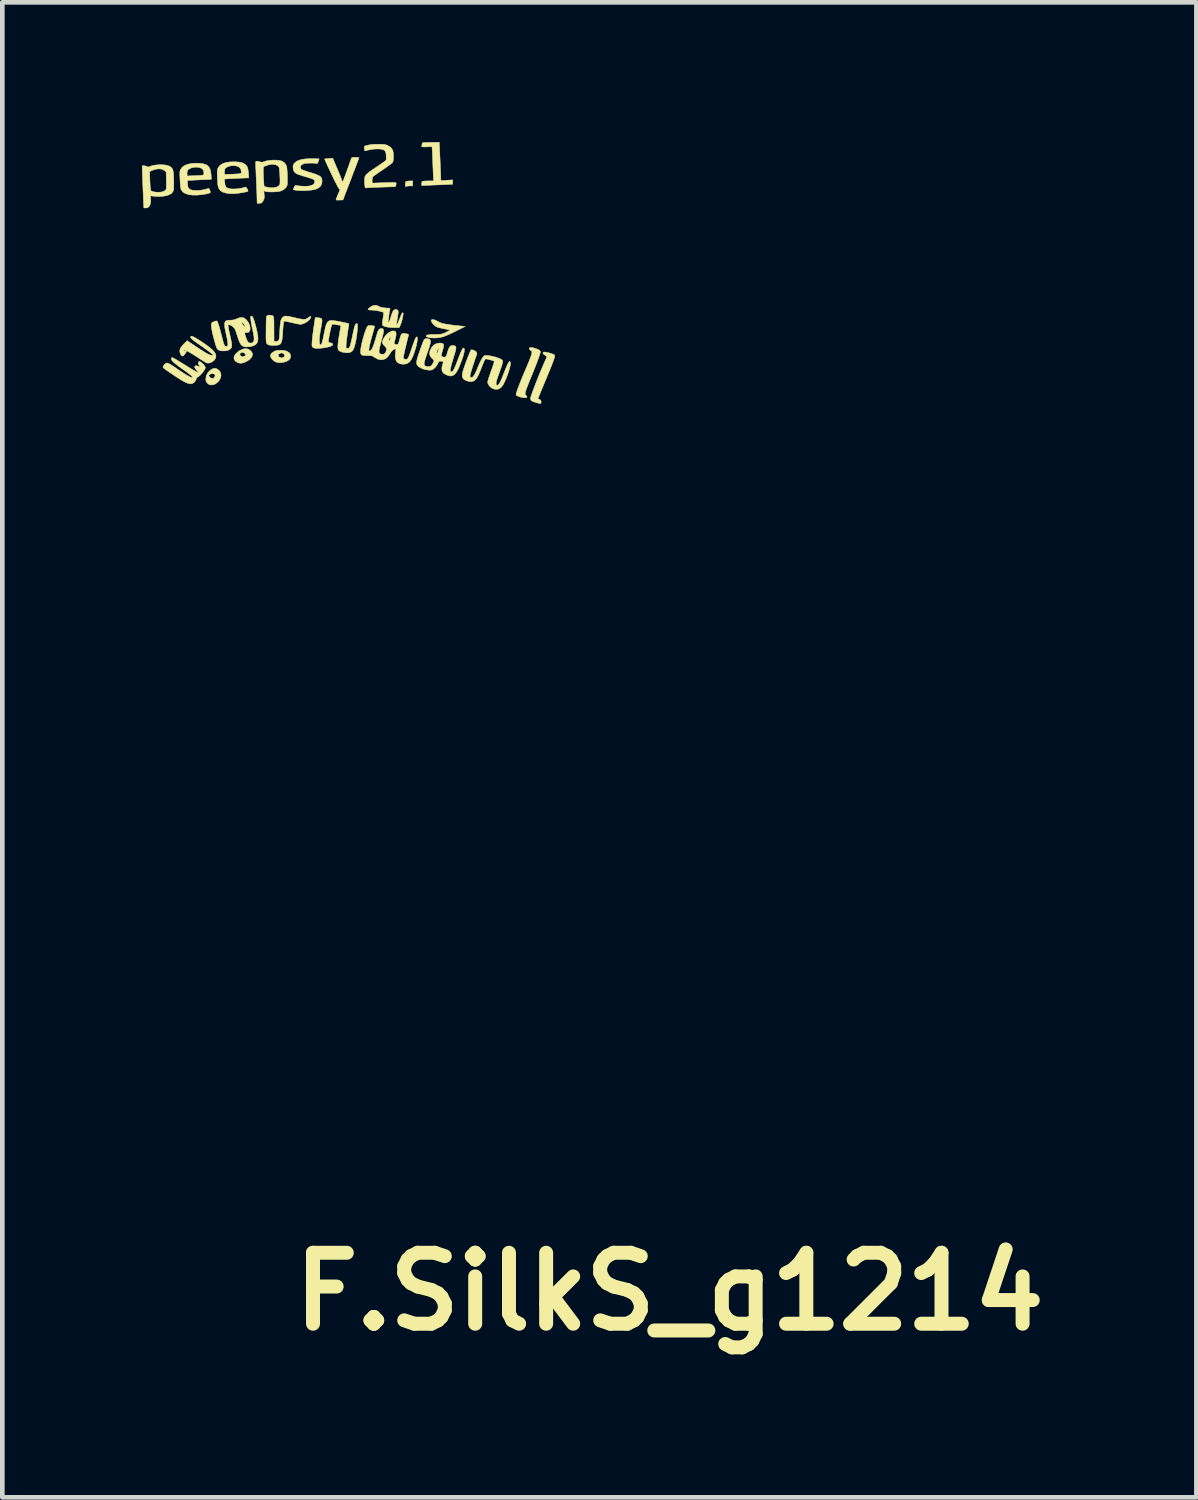
<source format=kicad_pcb>
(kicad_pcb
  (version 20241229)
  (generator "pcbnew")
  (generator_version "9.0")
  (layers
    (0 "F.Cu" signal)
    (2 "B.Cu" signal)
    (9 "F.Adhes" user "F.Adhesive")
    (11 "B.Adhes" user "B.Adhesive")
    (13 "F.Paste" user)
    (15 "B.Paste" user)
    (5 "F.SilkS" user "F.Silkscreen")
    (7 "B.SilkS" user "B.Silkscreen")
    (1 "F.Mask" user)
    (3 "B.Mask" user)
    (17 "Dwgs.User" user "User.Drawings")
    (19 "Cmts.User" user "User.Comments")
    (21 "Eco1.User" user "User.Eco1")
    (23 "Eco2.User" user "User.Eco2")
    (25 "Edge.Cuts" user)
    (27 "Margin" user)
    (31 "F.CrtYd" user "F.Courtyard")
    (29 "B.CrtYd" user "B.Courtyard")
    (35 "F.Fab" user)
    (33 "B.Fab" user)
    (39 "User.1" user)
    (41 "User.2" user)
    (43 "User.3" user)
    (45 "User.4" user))
  (footprint "F.SilkS_g1214"
    (layer "F.Cu")
    (at 11.329 24.691)
    (property "Reference" "F.SilkS_g1214" (at 0 0 0) (layer "F.SilkS") (effects (font (size 1.524 1.524) (thickness 0.3))))
    (attr through_hole)
    (fp_poly (pts (xy -5.514 -23.749) (xy -5.56 -23.749) (xy -5.598 -23.747) (xy -5.633 -23.743) (xy -5.64 -23.742) (xy -5.673 -23.736) (xy -5.673 -23.789) (xy -5.672 -23.82) (xy -5.667 -23.837) (xy -5.655 -23.845) (xy -5.64 -23.848) (xy -5.607 -23.853) (xy -5.568 -23.855) (xy -5.56 -23.855) (xy -5.514 -23.855) (xy -5.514 -23.749)) (stroke (width 0.01) (type solid)) (fill yes) (layer "F.SilkS"))
    (fp_poly (pts (xy -9.042 -20.241) (xy -8.997 -20.209) (xy -8.986 -20.197) (xy -8.96 -20.156) (xy -8.956 -20.114) (xy -8.972 -20.072) (xy -9.01 -20.029) (xy -9.035 -20.008) (xy -9.078 -19.981) (xy -9.127 -19.959) (xy -9.176 -19.944) (xy -9.212 -19.939) (xy -9.236 -19.943) (xy -9.268 -19.952) (xy -9.274 -19.954) (xy -9.318 -19.979) (xy -9.346 -20.014) (xy -9.355 -20.056) (xy -9.351 -20.082) (xy -9.336 -20.114) (xy -9.329 -20.122) (xy -9.226 -20.122) (xy -9.21 -20.099) (xy -9.197 -20.09) (xy -9.169 -20.079) (xy -9.148 -20.08) (xy -9.125 -20.093) (xy -9.108 -20.11) (xy -9.102 -20.124) (xy -9.111 -20.143) (xy -9.134 -20.16) (xy -9.163 -20.17) (xy -9.177 -20.172) (xy -9.207 -20.164) (xy -9.224 -20.146) (xy -9.226 -20.122) (xy -9.329 -20.122) (xy -9.307 -20.15) (xy -9.27 -20.185) (xy -9.23 -20.213) (xy -9.218 -20.219) (xy -9.152 -20.246) (xy -9.093 -20.253) (xy -9.042 -20.241)) (stroke (width 0.01) (type solid)) (fill yes) (layer "F.SilkS"))
    (fp_poly (pts (xy -9.733 -19.825) (xy -9.691 -19.8) (xy -9.677 -19.787) (xy -9.645 -19.745) (xy -9.632 -19.696) (xy -9.636 -19.644) (xy -9.657 -19.591) (xy -9.696 -19.541) (xy -9.711 -19.527) (xy -9.753 -19.496) (xy -9.793 -19.479) (xy -9.839 -19.473) (xy -9.844 -19.473) (xy -9.876 -19.477) (xy -9.902 -19.491) (xy -9.923 -19.509) (xy -9.944 -19.533) (xy -9.955 -19.556) (xy -9.959 -19.585) (xy -9.959 -19.603) (xy -9.949 -19.671) (xy -9.948 -19.673) (xy -9.895 -19.673) (xy -9.887 -19.656) (xy -9.867 -19.635) (xy -9.843 -19.618) (xy -9.822 -19.611) (xy -9.822 -19.611) (xy -9.798 -19.618) (xy -9.779 -19.632) (xy -9.76 -19.661) (xy -9.76 -19.688) (xy -9.778 -19.708) (xy -9.811 -19.717) (xy -9.816 -19.717) (xy -9.845 -19.712) (xy -9.873 -19.699) (xy -9.892 -19.683) (xy -9.895 -19.673) (xy -9.948 -19.673) (xy -9.919 -19.732) (xy -9.871 -19.783) (xy -9.865 -19.788) (xy -9.816 -19.819) (xy -9.773 -19.832) (xy -9.733 -19.825)) (stroke (width 0.01) (type solid)) (fill yes) (layer "F.SilkS"))
    (fp_poly (pts (xy -8.278 -20.214) (xy -8.222 -20.199) (xy -8.176 -20.172) (xy -8.155 -20.151) (xy -8.138 -20.118) (xy -8.136 -20.078) (xy -8.15 -20.038) (xy -8.153 -20.032) (xy -8.185 -20.001) (xy -8.231 -19.977) (xy -8.287 -19.96) (xy -8.347 -19.952) (xy -8.406 -19.954) (xy -8.451 -19.965) (xy -8.49 -19.986) (xy -8.527 -20.018) (xy -8.555 -20.054) (xy -8.568 -20.082) (xy -8.569 -20.111) (xy -8.403 -20.111) (xy -8.394 -20.085) (xy -8.371 -20.066) (xy -8.34 -20.056) (xy -8.308 -20.058) (xy -8.282 -20.072) (xy -8.269 -20.094) (xy -8.266 -20.108) (xy -8.275 -20.13) (xy -8.297 -20.15) (xy -8.326 -20.161) (xy -8.334 -20.161) (xy -8.362 -20.155) (xy -8.387 -20.139) (xy -8.402 -20.119) (xy -8.403 -20.111) (xy -8.569 -20.111) (xy -8.569 -20.118) (xy -8.551 -20.151) (xy -8.513 -20.18) (xy -8.496 -20.19) (xy -8.464 -20.205) (xy -8.435 -20.213) (xy -8.4 -20.218) (xy -8.352 -20.219) (xy -8.35 -20.219) (xy -8.278 -20.214)) (stroke (width 0.01) (type solid)) (fill yes) (layer "F.SilkS"))
    (fp_poly (pts (xy -2.919 -20.269) (xy -2.87 -20.254) (xy -2.818 -20.233) (xy -2.818 -20.233) (xy -2.788 -20.216) (xy -2.774 -20.198) (xy -2.773 -20.188) (xy -2.777 -20.161) (xy -2.79 -20.117) (xy -2.811 -20.054) (xy -2.84 -19.974) (xy -2.877 -19.879) (xy -2.922 -19.767) (xy -2.955 -19.685) (xy -2.996 -19.586) (xy -3.029 -19.504) (xy -3.055 -19.437) (xy -3.075 -19.385) (xy -3.088 -19.344) (xy -3.096 -19.314) (xy -3.1 -19.291) (xy -3.099 -19.275) (xy -3.094 -19.262) (xy -3.086 -19.252) (xy -3.08 -19.246) (xy -3.061 -19.223) (xy -3.061 -19.208) (xy -3.082 -19.2) (xy -3.104 -19.199) (xy -3.137 -19.201) (xy -3.165 -19.204) (xy -3.17 -19.205) (xy -3.222 -19.219) (xy -3.263 -19.235) (xy -3.289 -19.252) (xy -3.297 -19.261) (xy -3.295 -19.278) (xy -3.285 -19.313) (xy -3.269 -19.363) (xy -3.245 -19.426) (xy -3.217 -19.501) (xy -3.183 -19.585) (xy -3.145 -19.677) (xy -3.106 -19.77) (xy -3.062 -19.873) (xy -3.027 -19.958) (xy -2.999 -20.027) (xy -2.978 -20.083) (xy -2.964 -20.125) (xy -2.956 -20.157) (xy -2.954 -20.18) (xy -2.957 -20.195) (xy -2.964 -20.204) (xy -2.974 -20.209) (xy -2.995 -20.222) (xy -3.009 -20.243) (xy -3.013 -20.263) (xy -3.011 -20.267) (xy -2.994 -20.276) (xy -2.962 -20.277) (xy -2.919 -20.269)) (stroke (width 0.01) (type solid)) (fill yes) (layer "F.SilkS"))
    (fp_poly (pts (xy -5.043 -20.87) (xy -4.997 -20.849) (xy -4.992 -20.846) (xy -4.953 -20.826) (xy -4.915 -20.808) (xy -4.889 -20.798) (xy -4.856 -20.79) (xy -4.805 -20.78) (xy -4.738 -20.77) (xy -4.66 -20.759) (xy -4.573 -20.749) (xy -4.514 -20.743) (xy -4.388 -20.73) (xy -4.557 -20.645) (xy -4.649 -20.599) (xy -4.727 -20.563) (xy -4.792 -20.535) (xy -4.847 -20.514) (xy -4.896 -20.499) (xy -4.941 -20.49) (xy -4.985 -20.485) (xy -5.016 -20.483) (xy -5.069 -20.483) (xy -5.12 -20.485) (xy -5.16 -20.49) (xy -5.169 -20.492) (xy -5.2 -20.502) (xy -5.221 -20.513) (xy -5.225 -20.518) (xy -5.223 -20.533) (xy -5.204 -20.545) (xy -5.167 -20.552) (xy -5.112 -20.557) (xy -5.043 -20.558) (xy -4.982 -20.559) (xy -4.938 -20.561) (xy -4.904 -20.565) (xy -4.875 -20.572) (xy -4.847 -20.582) (xy -4.847 -20.582) (xy -4.806 -20.6) (xy -4.77 -20.619) (xy -4.741 -20.635) (xy -4.724 -20.648) (xy -4.723 -20.654) (xy -4.734 -20.658) (xy -4.762 -20.664) (xy -4.803 -20.672) (xy -4.848 -20.68) (xy -4.902 -20.692) (xy -4.952 -20.704) (xy -4.992 -20.717) (xy -5.011 -20.725) (xy -5.04 -20.747) (xy -5.07 -20.775) (xy -5.096 -20.807) (xy -5.114 -20.836) (xy -5.12 -20.858) (xy -5.12 -20.859) (xy -5.108 -20.875) (xy -5.081 -20.878) (xy -5.043 -20.87)) (stroke (width 0.01) (type solid)) (fill yes) (layer "F.SilkS"))
    (fp_poly (pts (xy -4.945 -24.686) (xy -4.945 -24.676) (xy -4.943 -24.647) (xy -4.941 -24.603) (xy -4.938 -24.546) (xy -4.935 -24.479) (xy -4.932 -24.405) (xy -4.928 -24.327) (xy -4.925 -24.247) (xy -4.921 -24.169) (xy -4.918 -24.095) (xy -4.916 -24.028) (xy -4.913 -23.97) (xy -4.912 -23.926) (xy -4.911 -23.896) (xy -4.911 -23.888) (xy -4.911 -23.862) (xy -4.784 -23.87) (xy -4.657 -23.877) (xy -4.657 -23.784) (xy -4.802 -23.777) (xy -4.865 -23.774) (xy -4.942 -23.771) (xy -5.023 -23.768) (xy -5.103 -23.765) (xy -5.136 -23.763) (xy -5.323 -23.756) (xy -5.323 -23.799) (xy -5.322 -23.821) (xy -5.317 -23.836) (xy -5.304 -23.846) (xy -5.28 -23.851) (xy -5.242 -23.854) (xy -5.186 -23.855) (xy -5.171 -23.855) (xy -5.067 -23.855) (xy -5.073 -23.984) (xy -5.076 -24.043) (xy -5.079 -24.115) (xy -5.082 -24.193) (xy -5.085 -24.267) (xy -5.085 -24.289) (xy -5.088 -24.353) (xy -5.09 -24.415) (xy -5.093 -24.47) (xy -5.096 -24.512) (xy -5.097 -24.527) (xy -5.102 -24.591) (xy -5.213 -24.587) (xy -5.265 -24.585) (xy -5.299 -24.586) (xy -5.317 -24.591) (xy -5.323 -24.603) (xy -5.32 -24.622) (xy -5.312 -24.646) (xy -5.301 -24.678) (xy -5.124 -24.683) (xy -5.066 -24.684) (xy -5.015 -24.685) (xy -4.976 -24.686) (xy -4.952 -24.686) (xy -4.945 -24.686)) (stroke (width 0.01) (type solid)) (fill yes) (layer "F.SilkS"))
    (fp_poly (pts (xy -2.664 -20.178) (xy -2.66 -20.177) (xy -2.615 -20.169) (xy -2.569 -20.157) (xy -2.525 -20.143) (xy -2.49 -20.129) (xy -2.469 -20.117) (xy -2.467 -20.115) (xy -2.464 -20.106) (xy -2.464 -20.092) (xy -2.469 -20.069) (xy -2.478 -20.038) (xy -2.493 -19.995) (xy -2.513 -19.941) (xy -2.54 -19.872) (xy -2.574 -19.789) (xy -2.615 -19.689) (xy -2.653 -19.597) (xy -2.686 -19.518) (xy -2.717 -19.442) (xy -2.746 -19.373) (xy -2.77 -19.314) (xy -2.789 -19.268) (xy -2.802 -19.236) (xy -2.806 -19.227) (xy -2.826 -19.176) (xy -2.801 -19.167) (xy -2.769 -19.147) (xy -2.756 -19.119) (xy -2.758 -19.099) (xy -2.762 -19.084) (xy -2.769 -19.076) (xy -2.782 -19.074) (xy -2.805 -19.078) (xy -2.843 -19.089) (xy -2.871 -19.097) (xy -2.921 -19.113) (xy -2.955 -19.127) (xy -2.974 -19.142) (xy -2.982 -19.161) (xy -2.983 -19.186) (xy -2.982 -19.198) (xy -2.977 -19.22) (xy -2.964 -19.259) (xy -2.946 -19.312) (xy -2.922 -19.377) (xy -2.894 -19.451) (xy -2.863 -19.532) (xy -2.829 -19.616) (xy -2.795 -19.701) (xy -2.76 -19.785) (xy -2.727 -19.864) (xy -2.695 -19.937) (xy -2.69 -19.949) (xy -2.632 -20.08) (xy -2.654 -20.097) (xy -2.682 -20.117) (xy -2.7 -20.13) (xy -2.717 -20.15) (xy -2.716 -20.166) (xy -2.709 -20.177) (xy -2.693 -20.181) (xy -2.664 -20.178)) (stroke (width 0.01) (type solid)) (fill yes) (layer "F.SilkS"))
    (fp_poly (pts (xy -6.708 -24.362) (xy -6.681 -24.359) (xy -6.668 -24.356) (xy -6.668 -24.355) (xy -6.672 -24.344) (xy -6.682 -24.315) (xy -6.699 -24.27) (xy -6.721 -24.212) (xy -6.747 -24.141) (xy -6.778 -24.061) (xy -6.811 -23.974) (xy -6.84 -23.897) (xy -7.013 -23.447) (xy -7.09 -23.444) (xy -7.129 -23.443) (xy -7.151 -23.444) (xy -7.161 -23.448) (xy -7.161 -23.457) (xy -7.16 -23.463) (xy -7.153 -23.482) (xy -7.14 -23.515) (xy -7.123 -23.557) (xy -7.112 -23.583) (xy -7.093 -23.627) (xy -7.083 -23.656) (xy -7.08 -23.673) (xy -7.083 -23.681) (xy -7.09 -23.683) (xy -7.099 -23.691) (xy -7.114 -23.714) (xy -7.135 -23.751) (xy -7.163 -23.805) (xy -7.199 -23.876) (xy -7.242 -23.965) (xy -7.26 -24.004) (xy -7.296 -24.08) (xy -7.329 -24.149) (xy -7.357 -24.21) (xy -7.38 -24.261) (xy -7.396 -24.298) (xy -7.405 -24.32) (xy -7.407 -24.326) (xy -7.395 -24.329) (xy -7.367 -24.332) (xy -7.329 -24.336) (xy -7.318 -24.337) (xy -7.233 -24.344) (xy -7.13 -24.102) (xy -7.102 -24.034) (xy -7.076 -23.972) (xy -7.055 -23.918) (xy -7.039 -23.876) (xy -7.029 -23.848) (xy -7.027 -23.838) (xy -7.027 -23.83) (xy -7.026 -23.826) (xy -7.023 -23.826) (xy -7.019 -23.832) (xy -7.013 -23.846) (xy -7.003 -23.87) (xy -6.99 -23.904) (xy -6.973 -23.95) (xy -6.951 -24.01) (xy -6.924 -24.085) (xy -6.891 -24.176) (xy -6.852 -24.285) (xy -6.835 -24.334) (xy -6.828 -24.349) (xy -6.819 -24.357) (xy -6.801 -24.361) (xy -6.77 -24.363) (xy -6.746 -24.363) (xy -6.708 -24.362)) (stroke (width 0.01) (type solid)) (fill yes) (layer "F.SilkS"))
    (fp_poly (pts (xy -10.237 -20.512) (xy -10.194 -20.491) (xy -10.137 -20.457) (xy -10.111 -20.441) (xy -10.009 -20.374) (xy -9.925 -20.315) (xy -9.858 -20.263) (xy -9.807 -20.216) (xy -9.771 -20.174) (xy -9.749 -20.136) (xy -9.741 -20.1) (xy -9.744 -20.065) (xy -9.753 -20.04) (xy -9.779 -20.003) (xy -9.817 -19.972) (xy -9.86 -19.951) (xy -9.904 -19.942) (xy -9.942 -19.946) (xy -9.954 -19.951) (xy -9.969 -19.961) (xy -9.999 -19.98) (xy -10.04 -20.006) (xy -10.089 -20.037) (xy -10.134 -20.066) (xy -10.221 -20.122) (xy -10.292 -20.165) (xy -10.348 -20.196) (xy -10.389 -20.216) (xy -10.417 -20.225) (xy -10.432 -20.223) (xy -10.435 -20.214) (xy -10.426 -20.207) (xy -10.404 -20.204) (xy -10.403 -20.204) (xy -10.382 -20.202) (xy -10.374 -20.196) (xy -10.379 -20.18) (xy -10.397 -20.152) (xy -10.4 -20.148) (xy -10.429 -20.112) (xy -10.452 -20.095) (xy -10.473 -20.097) (xy -10.492 -20.119) (xy -10.502 -20.137) (xy -10.518 -20.183) (xy -10.515 -20.228) (xy -10.495 -20.276) (xy -10.455 -20.328) (xy -10.421 -20.364) (xy -10.358 -20.424) (xy -10.165 -20.294) (xy -10.104 -20.254) (xy -10.046 -20.216) (xy -9.993 -20.183) (xy -9.95 -20.156) (xy -9.919 -20.139) (xy -9.913 -20.136) (xy -9.873 -20.12) (xy -9.838 -20.11) (xy -9.812 -20.108) (xy -9.8 -20.115) (xy -9.8 -20.117) (xy -9.809 -20.127) (xy -9.832 -20.147) (xy -9.868 -20.175) (xy -9.914 -20.21) (xy -9.968 -20.249) (xy -10.026 -20.291) (xy -10.088 -20.334) (xy -10.091 -20.336) (xy -10.161 -20.384) (xy -10.213 -20.423) (xy -10.251 -20.453) (xy -10.274 -20.476) (xy -10.286 -20.494) (xy -10.287 -20.501) (xy -10.282 -20.516) (xy -10.265 -20.52) (xy -10.237 -20.512)) (stroke (width 0.01) (type solid)) (fill yes) (layer "F.SilkS"))
    (fp_poly (pts (xy -10.07 -24.232) (xy -9.998 -24.22) (xy -9.942 -24.198) (xy -9.9 -24.165) (xy -9.872 -24.119) (xy -9.854 -24.06) (xy -9.845 -23.984) (xy -9.845 -23.982) (xy -9.84 -23.889) (xy -10.008 -23.882) (xy -10.074 -23.879) (xy -10.141 -23.876) (xy -10.202 -23.873) (xy -10.25 -23.87) (xy -10.263 -23.87) (xy -10.351 -23.864) (xy -10.351 -23.801) (xy -10.347 -23.748) (xy -10.335 -23.71) (xy -10.313 -23.683) (xy -10.288 -23.668) (xy -10.247 -23.656) (xy -10.191 -23.65) (xy -10.126 -23.65) (xy -10.057 -23.657) (xy -9.991 -23.669) (xy -9.976 -23.673) (xy -9.937 -23.684) (xy -9.908 -23.691) (xy -9.892 -23.694) (xy -9.891 -23.694) (xy -9.87 -23.651) (xy -9.861 -23.622) (xy -9.865 -23.604) (xy -9.883 -23.592) (xy -9.918 -23.583) (xy -9.932 -23.579) (xy -10.042 -23.56) (xy -10.147 -23.551) (xy -10.243 -23.551) (xy -10.325 -23.562) (xy -10.329 -23.562) (xy -10.398 -23.584) (xy -10.449 -23.616) (xy -10.48 -23.653) (xy -10.488 -23.669) (xy -10.495 -23.688) (xy -10.5 -23.714) (xy -10.504 -23.751) (xy -10.508 -23.802) (xy -10.512 -23.87) (xy -10.512 -23.873) (xy -10.515 -23.94) (xy -10.517 -23.989) (xy -10.517 -24.017) (xy -10.361 -24.017) (xy -10.361 -23.962) (xy -10.216 -23.967) (xy -10.159 -23.969) (xy -10.107 -23.972) (xy -10.065 -23.975) (xy -10.039 -23.977) (xy -10.036 -23.978) (xy -10.014 -23.982) (xy -10.004 -23.993) (xy -10.001 -24.015) (xy -10.001 -24.028) (xy -10.005 -24.061) (xy -10.014 -24.09) (xy -10.017 -24.095) (xy -10.049 -24.124) (xy -10.095 -24.142) (xy -10.149 -24.151) (xy -10.207 -24.149) (xy -10.263 -24.137) (xy -10.312 -24.115) (xy -10.337 -24.096) (xy -10.352 -24.076) (xy -10.36 -24.05) (xy -10.361 -24.017) (xy -10.517 -24.017) (xy -10.517 -24.025) (xy -10.515 -24.051) (xy -10.512 -24.071) (xy -10.506 -24.088) (xy -10.498 -24.104) (xy -10.464 -24.151) (xy -10.412 -24.188) (xy -10.343 -24.214) (xy -10.258 -24.231) (xy -10.16 -24.236) (xy -10.07 -24.232)) (stroke (width 0.01) (type solid)) (fill yes) (layer "F.SilkS"))
    (fp_poly (pts (xy -6.276 -21.179) (xy -6.244 -21.161) (xy -6.221 -21.149) (xy -6.183 -21.139) (xy -6.135 -21.131) (xy -6.084 -21.125) (xy -6.05 -21.124) (xy -6.019 -21.124) (xy -6.005 -21.12) (xy -6.003 -21.11) (xy -6.004 -21.101) (xy -6.01 -21.071) (xy -6.017 -21.03) (xy -6.024 -20.983) (xy -6.03 -20.934) (xy -6.035 -20.889) (xy -6.039 -20.852) (xy -6.04 -20.827) (xy -6.039 -20.82) (xy -6.031 -20.818) (xy -6.023 -20.828) (xy -6.011 -20.852) (xy -5.997 -20.893) (xy -5.979 -20.95) (xy -5.96 -21.007) (xy -5.944 -21.047) (xy -5.928 -21.073) (xy -5.91 -21.087) (xy -5.889 -21.092) (xy -5.877 -21.093) (xy -5.853 -21.09) (xy -5.836 -21.08) (xy -5.828 -21.06) (xy -5.826 -21.027) (xy -5.832 -20.979) (xy -5.841 -20.923) (xy -5.853 -20.853) (xy -5.86 -20.803) (xy -5.862 -20.774) (xy -5.858 -20.765) (xy -5.848 -20.776) (xy -5.833 -20.808) (xy -5.811 -20.858) (xy -5.799 -20.889) (xy -5.774 -20.951) (xy -5.755 -20.994) (xy -5.74 -21.018) (xy -5.729 -21.026) (xy -5.721 -21.018) (xy -5.72 -21.017) (xy -5.719 -20.997) (xy -5.724 -20.963) (xy -5.732 -20.919) (xy -5.743 -20.871) (xy -5.756 -20.823) (xy -5.77 -20.782) (xy -5.781 -20.754) (xy -5.805 -20.706) (xy -5.9 -20.704) (xy -5.953 -20.705) (xy -6.008 -20.709) (xy -6.053 -20.715) (xy -6.061 -20.717) (xy -6.105 -20.727) (xy -6.137 -20.737) (xy -6.157 -20.75) (xy -6.166 -20.77) (xy -6.168 -20.801) (xy -6.163 -20.845) (xy -6.153 -20.906) (xy -6.152 -20.91) (xy -6.144 -20.965) (xy -6.141 -21.002) (xy -6.142 -21.024) (xy -6.146 -21.03) (xy -6.164 -21.04) (xy -6.198 -21.05) (xy -6.243 -21.061) (xy -6.293 -21.07) (xy -6.343 -21.077) (xy -6.389 -21.081) (xy -6.406 -21.082) (xy -6.441 -21.083) (xy -6.467 -21.087) (xy -6.477 -21.091) (xy -6.477 -21.091) (xy -6.469 -21.107) (xy -6.447 -21.127) (xy -6.418 -21.149) (xy -6.388 -21.168) (xy -6.366 -21.177) (xy -6.32 -21.185) (xy -6.276 -21.179)) (stroke (width 0.01) (type solid)) (fill yes) (layer "F.SilkS"))
    (fp_poly (pts (xy -10.84 -24.199) (xy -10.782 -24.188) (xy -10.745 -24.174) (xy -10.715 -24.157) (xy -10.693 -24.137) (xy -10.675 -24.112) (xy -10.663 -24.079) (xy -10.655 -24.034) (xy -10.65 -23.977) (xy -10.647 -23.902) (xy -10.646 -23.844) (xy -10.646 -23.77) (xy -10.647 -23.713) (xy -10.651 -23.671) (xy -10.659 -23.639) (xy -10.671 -23.616) (xy -10.688 -23.596) (xy -10.705 -23.581) (xy -10.751 -23.556) (xy -10.812 -23.537) (xy -10.885 -23.525) (xy -10.965 -23.52) (xy -11.048 -23.524) (xy -11.095 -23.529) (xy -11.146 -23.537) (xy -11.143 -23.455) (xy -11.143 -23.407) (xy -11.147 -23.373) (xy -11.156 -23.344) (xy -11.163 -23.33) (xy -11.185 -23.297) (xy -11.214 -23.279) (xy -11.254 -23.273) (xy -11.263 -23.273) (xy -11.285 -23.276) (xy -11.292 -23.291) (xy -11.293 -23.302) (xy -11.293 -23.319) (xy -11.294 -23.355) (xy -11.297 -23.406) (xy -11.299 -23.471) (xy -11.302 -23.546) (xy -11.306 -23.628) (xy -11.308 -23.686) (xy -11.312 -23.774) (xy -11.315 -23.858) (xy -11.318 -23.936) (xy -11.321 -24.004) (xy -11.323 -24.057) (xy -11.165 -24.057) (xy -11.159 -23.863) (xy -11.156 -23.8) (xy -11.153 -23.744) (xy -11.149 -23.698) (xy -11.146 -23.666) (xy -11.143 -23.652) (xy -11.124 -23.636) (xy -11.09 -23.624) (xy -11.044 -23.616) (xy -10.993 -23.612) (xy -10.941 -23.614) (xy -10.894 -23.621) (xy -10.862 -23.632) (xy -10.825 -23.655) (xy -10.81 -23.679) (xy -10.808 -23.698) (xy -10.807 -23.734) (xy -10.806 -23.783) (xy -10.807 -23.84) (xy -10.807 -23.876) (xy -10.811 -24.047) (xy -10.845 -24.077) (xy -10.891 -24.104) (xy -10.948 -24.115) (xy -11.015 -24.11) (xy -11.09 -24.089) (xy -11.12 -24.077) (xy -11.165 -24.057) (xy -11.323 -24.057) (xy -11.323 -24.059) (xy -11.324 -24.098) (xy -11.324 -24.111) (xy -11.324 -24.183) (xy -11.293 -24.183) (xy -11.261 -24.178) (xy -11.228 -24.167) (xy -11.226 -24.166) (xy -11.2 -24.155) (xy -11.18 -24.156) (xy -11.159 -24.165) (xy -11.111 -24.183) (xy -11.049 -24.195) (xy -10.979 -24.202) (xy -10.908 -24.203) (xy -10.84 -24.199)) (stroke (width 0.01) (type solid)) (fill yes) (layer "F.SilkS"))
    (fp_poly (pts (xy -7.616 -24.333) (xy -7.574 -24.332) (xy -7.543 -24.33) (xy -7.526 -24.328) (xy -7.525 -24.327) (xy -7.528 -24.316) (xy -7.536 -24.292) (xy -7.542 -24.274) (xy -7.553 -24.245) (xy -7.563 -24.231) (xy -7.576 -24.228) (xy -7.59 -24.231) (xy -7.626 -24.236) (xy -7.675 -24.238) (xy -7.729 -24.238) (xy -7.781 -24.235) (xy -7.825 -24.231) (xy -7.848 -24.226) (xy -7.879 -24.213) (xy -7.905 -24.199) (xy -7.908 -24.196) (xy -7.924 -24.17) (xy -7.925 -24.138) (xy -7.911 -24.109) (xy -7.907 -24.104) (xy -7.89 -24.095) (xy -7.857 -24.082) (xy -7.811 -24.066) (xy -7.757 -24.048) (xy -7.724 -24.039) (xy -7.642 -24.014) (xy -7.578 -23.991) (xy -7.531 -23.97) (xy -7.498 -23.949) (xy -7.477 -23.925) (xy -7.466 -23.897) (xy -7.462 -23.863) (xy -7.463 -23.833) (xy -7.474 -23.779) (xy -7.499 -23.737) (xy -7.54 -23.703) (xy -7.599 -23.677) (xy -7.609 -23.674) (xy -7.656 -23.663) (xy -7.718 -23.655) (xy -7.789 -23.649) (xy -7.863 -23.646) (xy -7.934 -23.647) (xy -7.996 -23.651) (xy -8.016 -23.654) (xy -8.049 -23.66) (xy -8.073 -23.664) (xy -8.081 -23.667) (xy -8.078 -23.677) (xy -8.069 -23.701) (xy -8.063 -23.716) (xy -8.05 -23.744) (xy -8.038 -23.756) (xy -8.022 -23.758) (xy -8.009 -23.755) (xy -7.983 -23.752) (xy -7.942 -23.747) (xy -7.896 -23.743) (xy -7.879 -23.742) (xy -7.797 -23.741) (xy -7.729 -23.748) (xy -7.677 -23.764) (xy -7.64 -23.787) (xy -7.622 -23.817) (xy -7.62 -23.833) (xy -7.621 -23.852) (xy -7.626 -23.867) (xy -7.637 -23.88) (xy -7.656 -23.893) (xy -7.687 -23.905) (xy -7.732 -23.92) (xy -7.793 -23.938) (xy -7.831 -23.949) (xy -7.888 -23.966) (xy -7.94 -23.983) (xy -7.983 -23.999) (xy -8.013 -24.011) (xy -8.019 -24.015) (xy -8.057 -24.048) (xy -8.079 -24.093) (xy -8.086 -24.15) (xy -8.083 -24.188) (xy -8.072 -24.215) (xy -8.053 -24.24) (xy -8.008 -24.277) (xy -7.943 -24.305) (xy -7.86 -24.323) (xy -7.8 -24.33) (xy -7.761 -24.332) (xy -7.714 -24.333) (xy -7.664 -24.334) (xy -7.616 -24.333)) (stroke (width 0.01) (type solid)) (fill yes) (layer "F.SilkS"))
    (fp_poly (pts (xy -9.312 -24.265) (xy -9.24 -24.259) (xy -9.184 -24.248) (xy -9.14 -24.229) (xy -9.104 -24.201) (xy -9.094 -24.192) (xy -9.075 -24.167) (xy -9.061 -24.138) (xy -9.052 -24.099) (xy -9.045 -24.047) (xy -9.042 -24.015) (xy -9.035 -23.921) (xy -9.214 -23.914) (xy -9.281 -23.911) (xy -9.348 -23.908) (xy -9.409 -23.905) (xy -9.457 -23.902) (xy -9.476 -23.901) (xy -9.559 -23.895) (xy -9.552 -23.826) (xy -9.546 -23.776) (xy -9.536 -23.742) (xy -9.52 -23.72) (xy -9.496 -23.704) (xy -9.484 -23.699) (xy -9.441 -23.687) (xy -9.383 -23.682) (xy -9.316 -23.683) (xy -9.245 -23.691) (xy -9.177 -23.703) (xy -9.115 -23.721) (xy -9.108 -23.724) (xy -9.093 -23.719) (xy -9.075 -23.694) (xy -9.071 -23.687) (xy -9.057 -23.66) (xy -9.05 -23.642) (xy -9.049 -23.639) (xy -9.059 -23.631) (xy -9.086 -23.622) (xy -9.126 -23.613) (xy -9.175 -23.604) (xy -9.23 -23.595) (xy -9.286 -23.588) (xy -9.339 -23.583) (xy -9.386 -23.581) (xy -9.398 -23.581) (xy -9.446 -23.583) (xy -9.497 -23.589) (xy -9.525 -23.594) (xy -9.589 -23.613) (xy -9.635 -23.639) (xy -9.668 -23.675) (xy -9.68 -23.696) (xy -9.689 -23.717) (xy -9.696 -23.741) (xy -9.701 -23.771) (xy -9.705 -23.812) (xy -9.708 -23.867) (xy -9.71 -23.918) (xy -9.712 -23.983) (xy -9.714 -24.031) (xy -9.713 -24.052) (xy -9.557 -24.052) (xy -9.557 -23.994) (xy -9.422 -23.999) (xy -9.366 -24.001) (xy -9.313 -24.004) (xy -9.27 -24.007) (xy -9.242 -24.009) (xy -9.214 -24.014) (xy -9.201 -24.022) (xy -9.197 -24.04) (xy -9.197 -24.051) (xy -9.205 -24.102) (xy -9.23 -24.14) (xy -9.262 -24.163) (xy -9.311 -24.179) (xy -9.369 -24.183) (xy -9.429 -24.178) (xy -9.483 -24.162) (xy -9.526 -24.138) (xy -9.531 -24.134) (xy -9.547 -24.115) (xy -9.554 -24.092) (xy -9.557 -24.057) (xy -9.557 -24.052) (xy -9.713 -24.052) (xy -9.713 -24.065) (xy -9.711 -24.09) (xy -9.706 -24.109) (xy -9.699 -24.126) (xy -9.692 -24.141) (xy -9.656 -24.187) (xy -9.603 -24.224) (xy -9.532 -24.249) (xy -9.444 -24.263) (xy -9.34 -24.266) (xy -9.312 -24.265)) (stroke (width 0.01) (type solid)) (fill yes) (layer "F.SilkS"))
    (fp_poly (pts (xy -10.671 -20.058) (xy -10.643 -20.044) (xy -10.602 -20.022) (xy -10.552 -19.992) (xy -10.494 -19.956) (xy -10.47 -19.942) (xy -10.37 -19.879) (xy -10.287 -19.828) (xy -10.221 -19.789) (xy -10.172 -19.761) (xy -10.138 -19.745) (xy -10.121 -19.741) (xy -10.12 -19.748) (xy -10.134 -19.765) (xy -10.143 -19.775) (xy -10.179 -19.816) (xy -10.196 -19.849) (xy -10.197 -19.872) (xy -10.181 -19.885) (xy -10.149 -19.884) (xy -10.102 -19.87) (xy -10.1 -19.87) (xy -10.075 -19.86) (xy -10.067 -19.859) (xy -10.074 -19.866) (xy -10.082 -19.873) (xy -10.112 -19.907) (xy -10.123 -19.938) (xy -10.118 -19.96) (xy -10.106 -19.977) (xy -10.098 -19.981) (xy -10.08 -19.974) (xy -10.054 -19.955) (xy -10.026 -19.93) (xy -10 -19.903) (xy -9.985 -19.881) (xy -9.964 -19.843) (xy -9.989 -19.797) (xy -10.013 -19.759) (xy -10.045 -19.719) (xy -10.08 -19.683) (xy -10.112 -19.655) (xy -10.134 -19.643) (xy -10.153 -19.629) (xy -10.16 -19.614) (xy -10.168 -19.584) (xy -10.189 -19.551) (xy -10.216 -19.523) (xy -10.233 -19.511) (xy -10.261 -19.499) (xy -10.287 -19.496) (xy -10.32 -19.502) (xy -10.348 -19.51) (xy -10.379 -19.522) (xy -10.42 -19.542) (xy -10.463 -19.565) (xy -10.47 -19.569) (xy -10.508 -19.593) (xy -10.557 -19.624) (xy -10.613 -19.66) (xy -10.67 -19.699) (xy -10.727 -19.737) (xy -10.778 -19.772) (xy -10.82 -19.802) (xy -10.849 -19.823) (xy -10.853 -19.827) (xy -10.873 -19.845) (xy -10.879 -19.858) (xy -10.872 -19.876) (xy -10.869 -19.882) (xy -10.848 -19.91) (xy -10.826 -19.931) (xy -10.806 -19.943) (xy -10.789 -19.945) (xy -10.765 -19.937) (xy -10.759 -19.935) (xy -10.736 -19.923) (xy -10.7 -19.902) (xy -10.656 -19.873) (xy -10.607 -19.841) (xy -10.589 -19.828) (xy -10.493 -19.763) (xy -10.414 -19.712) (xy -10.35 -19.673) (xy -10.302 -19.647) (xy -10.268 -19.634) (xy -10.249 -19.633) (xy -10.245 -19.642) (xy -10.254 -19.656) (xy -10.28 -19.681) (xy -10.324 -19.717) (xy -10.384 -19.761) (xy -10.459 -19.815) (xy -10.46 -19.815) (xy -10.542 -19.874) (xy -10.606 -19.923) (xy -10.653 -19.963) (xy -10.683 -19.995) (xy -10.698 -20.02) (xy -10.7 -20.03) (xy -10.694 -20.052) (xy -10.685 -20.062) (xy -10.671 -20.058)) (stroke (width 0.01) (type solid)) (fill yes) (layer "F.SilkS"))
    (fp_poly (pts (xy -6.155 -24.641) (xy -6.122 -24.638) (xy -6.097 -24.633) (xy -6.075 -24.626) (xy -6.059 -24.619) (xy -6.006 -24.59) (xy -5.968 -24.555) (xy -5.944 -24.513) (xy -5.931 -24.458) (xy -5.928 -24.389) (xy -5.928 -24.365) (xy -5.931 -24.317) (xy -5.935 -24.286) (xy -5.941 -24.265) (xy -5.952 -24.248) (xy -5.958 -24.241) (xy -5.975 -24.227) (xy -6.006 -24.203) (xy -6.049 -24.172) (xy -6.1 -24.136) (xy -6.156 -24.097) (xy -6.17 -24.088) (xy -6.227 -24.05) (xy -6.278 -24.014) (xy -6.32 -23.984) (xy -6.352 -23.961) (xy -6.369 -23.947) (xy -6.371 -23.945) (xy -6.381 -23.921) (xy -6.386 -23.883) (xy -6.387 -23.867) (xy -6.386 -23.832) (xy -6.382 -23.814) (xy -6.373 -23.808) (xy -6.37 -23.808) (xy -6.355 -23.809) (xy -6.321 -23.81) (xy -6.274 -23.812) (xy -6.214 -23.814) (xy -6.147 -23.816) (xy -6.109 -23.818) (xy -6.03 -23.82) (xy -5.97 -23.822) (xy -5.927 -23.823) (xy -5.898 -23.821) (xy -5.88 -23.817) (xy -5.871 -23.81) (xy -5.87 -23.799) (xy -5.872 -23.783) (xy -5.877 -23.763) (xy -5.878 -23.759) (xy -5.884 -23.731) (xy -6.12 -23.724) (xy -6.195 -23.721) (xy -6.269 -23.719) (xy -6.338 -23.716) (xy -6.396 -23.713) (xy -6.439 -23.711) (xy -6.446 -23.71) (xy -6.537 -23.704) (xy -6.544 -23.761) (xy -6.55 -23.835) (xy -6.549 -23.897) (xy -6.542 -23.943) (xy -6.535 -23.96) (xy -6.522 -23.98) (xy -6.502 -24.002) (xy -6.471 -24.029) (xy -6.429 -24.061) (xy -6.373 -24.1) (xy -6.301 -24.149) (xy -6.297 -24.151) (xy -6.247 -24.185) (xy -6.199 -24.217) (xy -6.159 -24.245) (xy -6.131 -24.265) (xy -6.125 -24.27) (xy -6.085 -24.301) (xy -6.085 -24.383) (xy -6.088 -24.438) (xy -6.097 -24.477) (xy -6.115 -24.504) (xy -6.144 -24.523) (xy -6.155 -24.528) (xy -6.195 -24.538) (xy -6.25 -24.542) (xy -6.314 -24.541) (xy -6.38 -24.535) (xy -6.445 -24.523) (xy -6.455 -24.521) (xy -6.495 -24.511) (xy -6.526 -24.505) (xy -6.544 -24.502) (xy -6.546 -24.503) (xy -6.549 -24.515) (xy -6.552 -24.54) (xy -6.553 -24.554) (xy -6.556 -24.601) (xy -6.482 -24.621) (xy -6.439 -24.631) (xy -6.39 -24.637) (xy -6.331 -24.641) (xy -6.26 -24.642) (xy -6.199 -24.642) (xy -6.155 -24.641)) (stroke (width 0.01) (type solid)) (fill yes) (layer "F.SilkS"))
    (fp_poly (pts (xy -8.581 -20.972) (xy -8.572 -20.971) (xy -8.55 -20.967) (xy -8.532 -20.964) (xy -8.518 -20.957) (xy -8.509 -20.946) (xy -8.502 -20.926) (xy -8.498 -20.896) (xy -8.496 -20.854) (xy -8.495 -20.796) (xy -8.495 -20.721) (xy -8.495 -20.679) (xy -8.493 -20.41) (xy -8.461 -20.407) (xy -8.424 -20.412) (xy -8.404 -20.423) (xy -8.396 -20.431) (xy -8.389 -20.442) (xy -8.384 -20.459) (xy -8.38 -20.485) (xy -8.377 -20.523) (xy -8.373 -20.577) (xy -8.371 -20.626) (xy -8.366 -20.709) (xy -8.36 -20.773) (xy -8.354 -20.822) (xy -8.346 -20.859) (xy -8.335 -20.887) (xy -8.322 -20.909) (xy -8.308 -20.925) (xy -8.292 -20.939) (xy -8.275 -20.948) (xy -8.253 -20.953) (xy -8.224 -20.952) (xy -8.184 -20.947) (xy -8.131 -20.936) (xy -8.06 -20.92) (xy -8.052 -20.918) (xy -7.977 -20.901) (xy -7.918 -20.889) (xy -7.873 -20.883) (xy -7.838 -20.883) (xy -7.81 -20.888) (xy -7.786 -20.899) (xy -7.762 -20.916) (xy -7.758 -20.918) (xy -7.726 -20.941) (xy -7.706 -20.947) (xy -7.699 -20.938) (xy -7.708 -20.914) (xy -7.722 -20.89) (xy -7.755 -20.854) (xy -7.8 -20.821) (xy -7.851 -20.794) (xy -7.9 -20.778) (xy -7.926 -20.775) (xy -7.95 -20.778) (xy -7.99 -20.784) (xy -8.041 -20.795) (xy -8.097 -20.808) (xy -8.116 -20.812) (xy -8.17 -20.825) (xy -8.217 -20.835) (xy -8.252 -20.842) (xy -8.272 -20.845) (xy -8.276 -20.844) (xy -8.282 -20.834) (xy -8.288 -20.811) (xy -8.293 -20.773) (xy -8.299 -20.719) (xy -8.304 -20.647) (xy -8.308 -20.586) (xy -8.314 -20.509) (xy -8.321 -20.449) (xy -8.33 -20.405) (xy -8.342 -20.374) (xy -8.358 -20.353) (xy -8.379 -20.339) (xy -8.393 -20.334) (xy -8.43 -20.326) (xy -8.478 -20.322) (xy -8.529 -20.322) (xy -8.575 -20.326) (xy -8.608 -20.334) (xy -8.61 -20.335) (xy -8.626 -20.342) (xy -8.64 -20.35) (xy -8.65 -20.362) (xy -8.657 -20.378) (xy -8.662 -20.403) (xy -8.664 -20.438) (xy -8.666 -20.485) (xy -8.666 -20.549) (xy -8.665 -20.63) (xy -8.665 -20.663) (xy -8.664 -20.748) (xy -8.663 -20.814) (xy -8.662 -20.864) (xy -8.66 -20.901) (xy -8.658 -20.926) (xy -8.655 -20.942) (xy -8.65 -20.953) (xy -8.645 -20.959) (xy -8.641 -20.962) (xy -8.617 -20.972) (xy -8.581 -20.972)) (stroke (width 0.01) (type solid)) (fill yes) (layer "F.SilkS"))
    (fp_poly (pts (xy -8.43 -24.301) (xy -8.364 -24.292) (xy -8.332 -24.283) (xy -8.282 -24.255) (xy -8.244 -24.214) (xy -8.222 -24.165) (xy -8.219 -24.149) (xy -8.214 -24.099) (xy -8.21 -24.039) (xy -8.208 -23.976) (xy -8.206 -23.913) (xy -8.206 -23.855) (xy -8.207 -23.806) (xy -8.21 -23.772) (xy -8.212 -23.762) (xy -8.235 -23.715) (xy -8.277 -23.675) (xy -8.333 -23.645) (xy -8.358 -23.636) (xy -8.398 -23.628) (xy -8.45 -23.622) (xy -8.508 -23.619) (xy -8.567 -23.618) (xy -8.621 -23.621) (xy -8.663 -23.626) (xy -8.682 -23.631) (xy -8.712 -23.643) (xy -8.705 -23.566) (xy -8.702 -23.523) (xy -8.703 -23.493) (xy -8.709 -23.467) (xy -8.723 -23.437) (xy -8.725 -23.433) (xy -8.743 -23.401) (xy -8.758 -23.385) (xy -8.775 -23.379) (xy -8.782 -23.378) (xy -8.813 -23.376) (xy -8.834 -23.372) (xy -8.847 -23.37) (xy -8.854 -23.374) (xy -8.857 -23.39) (xy -8.858 -23.421) (xy -8.858 -23.438) (xy -8.859 -23.466) (xy -8.86 -23.513) (xy -8.862 -23.574) (xy -8.865 -23.647) (xy -8.868 -23.728) (xy -8.872 -23.815) (xy -8.874 -23.865) (xy -8.878 -23.951) (xy -8.881 -24.031) (xy -8.883 -24.084) (xy -8.724 -24.084) (xy -8.723 -24.028) (xy -8.72 -23.953) (xy -8.72 -23.946) (xy -8.717 -23.883) (xy -8.714 -23.828) (xy -8.71 -23.783) (xy -8.708 -23.753) (xy -8.705 -23.741) (xy -8.705 -23.741) (xy -8.693 -23.735) (xy -8.667 -23.727) (xy -8.649 -23.722) (xy -8.584 -23.71) (xy -8.517 -23.708) (xy -8.458 -23.717) (xy -8.427 -23.728) (xy -8.392 -23.749) (xy -8.372 -23.774) (xy -8.371 -23.775) (xy -8.367 -23.798) (xy -8.365 -23.838) (xy -8.365 -23.888) (xy -8.367 -23.945) (xy -8.37 -24.003) (xy -8.374 -24.058) (xy -8.379 -24.105) (xy -8.384 -24.139) (xy -8.389 -24.153) (xy -8.414 -24.181) (xy -8.454 -24.201) (xy -8.504 -24.211) (xy -8.557 -24.211) (xy -8.604 -24.202) (xy -8.65 -24.189) (xy -8.69 -24.174) (xy -8.716 -24.159) (xy -8.717 -24.158) (xy -8.721 -24.147) (xy -8.724 -24.123) (xy -8.724 -24.084) (xy -8.883 -24.084) (xy -8.884 -24.103) (xy -8.887 -24.163) (xy -8.888 -24.21) (xy -8.89 -24.24) (xy -8.89 -24.249) (xy -8.887 -24.269) (xy -8.875 -24.277) (xy -8.856 -24.278) (xy -8.82 -24.273) (xy -8.789 -24.264) (xy -8.763 -24.256) (xy -8.738 -24.259) (xy -8.721 -24.265) (xy -8.658 -24.285) (xy -8.584 -24.298) (xy -8.506 -24.303) (xy -8.43 -24.301)) (stroke (width 0.01) (type solid)) (fill yes) (layer "F.SilkS"))
    (fp_poly (pts (xy -4.23 -20.226) (xy -4.205 -20.217) (xy -4.164 -20.197) (xy -4.142 -20.175) (xy -4.136 -20.147) (xy -4.145 -20.114) (xy -4.159 -20.074) (xy -4.177 -20.023) (xy -4.196 -19.965) (xy -4.217 -19.903) (xy -4.236 -19.842) (xy -4.254 -19.785) (xy -4.268 -19.737) (xy -4.278 -19.701) (xy -4.282 -19.684) (xy -4.283 -19.651) (xy -4.271 -19.636) (xy -4.245 -19.635) (xy -4.24 -19.636) (xy -4.219 -19.651) (xy -4.193 -19.686) (xy -4.164 -19.739) (xy -4.132 -19.811) (xy -4.118 -19.847) (xy -4.089 -19.915) (xy -4.061 -19.977) (xy -4.033 -20.029) (xy -4.009 -20.069) (xy -3.991 -20.091) (xy -3.975 -20.102) (xy -3.955 -20.107) (xy -3.924 -20.107) (xy -3.903 -20.105) (xy -3.845 -20.097) (xy -3.785 -20.084) (xy -3.725 -20.068) (xy -3.672 -20.05) (xy -3.628 -20.031) (xy -3.598 -20.013) (xy -3.587 -20.002) (xy -3.583 -19.987) (xy -3.583 -19.966) (xy -3.589 -19.936) (xy -3.6 -19.895) (xy -3.618 -19.841) (xy -3.643 -19.771) (xy -3.663 -19.715) (xy -3.692 -19.634) (xy -3.712 -19.571) (xy -3.722 -19.524) (xy -3.724 -19.492) (xy -3.718 -19.473) (xy -3.709 -19.467) (xy -3.693 -19.466) (xy -3.675 -19.477) (xy -3.656 -19.502) (xy -3.634 -19.541) (xy -3.608 -19.597) (xy -3.578 -19.671) (xy -3.556 -19.727) (xy -3.526 -19.803) (xy -3.499 -19.868) (xy -3.476 -19.919) (xy -3.456 -19.955) (xy -3.443 -19.974) (xy -3.441 -19.975) (xy -3.427 -19.973) (xy -3.418 -19.965) (xy -3.414 -19.945) (xy -3.417 -19.91) (xy -3.426 -19.861) (xy -3.442 -19.804) (xy -3.461 -19.74) (xy -3.485 -19.673) (xy -3.511 -19.608) (xy -3.538 -19.546) (xy -3.565 -19.491) (xy -3.579 -19.466) (xy -3.619 -19.417) (xy -3.667 -19.387) (xy -3.72 -19.377) (xy -3.778 -19.388) (xy -3.806 -19.4) (xy -3.846 -19.428) (xy -3.879 -19.465) (xy -3.9 -19.505) (xy -3.905 -19.534) (xy -3.902 -19.554) (xy -3.892 -19.589) (xy -3.877 -19.638) (xy -3.857 -19.696) (xy -3.835 -19.759) (xy -3.831 -19.77) (xy -3.809 -19.832) (xy -3.79 -19.887) (xy -3.776 -19.932) (xy -3.767 -19.965) (xy -3.764 -19.981) (xy -3.765 -19.982) (xy -3.781 -19.991) (xy -3.811 -20.001) (xy -3.848 -20.012) (xy -3.887 -20.022) (xy -3.922 -20.03) (xy -3.945 -20.032) (xy -3.95 -20.032) (xy -3.958 -20.025) (xy -3.968 -20.011) (xy -3.98 -19.987) (xy -3.996 -19.95) (xy -4.017 -19.898) (xy -4.044 -19.831) (xy -4.064 -19.779) (xy -4.099 -19.696) (xy -4.133 -19.632) (xy -4.168 -19.587) (xy -4.204 -19.559) (xy -4.243 -19.546) (xy -4.257 -19.544) (xy -4.303 -19.548) (xy -4.352 -19.561) (xy -4.395 -19.579) (xy -4.418 -19.595) (xy -4.441 -19.624) (xy -4.452 -19.657) (xy -4.451 -19.701) (xy -4.441 -19.751) (xy -4.432 -19.784) (xy -4.417 -19.83) (xy -4.398 -19.886) (xy -4.376 -19.948) (xy -4.352 -20.011) (xy -4.329 -20.072) (xy -4.307 -20.127) (xy -4.289 -20.171) (xy -4.275 -20.202) (xy -4.27 -20.211) (xy -4.26 -20.225) (xy -4.249 -20.23) (xy -4.23 -20.226)) (stroke (width 0.01) (type solid)) (fill yes) (layer "F.SilkS"))
    (fp_poly (pts (xy -7.577 -20.921) (xy -7.546 -20.917) (xy -7.515 -20.912) (xy -7.489 -20.905) (xy -7.481 -20.901) (xy -7.469 -20.889) (xy -7.463 -20.868) (xy -7.463 -20.836) (xy -7.469 -20.788) (xy -7.481 -20.723) (xy -7.482 -20.721) (xy -7.501 -20.616) (xy -7.514 -20.527) (xy -7.521 -20.453) (xy -7.52 -20.396) (xy -7.513 -20.356) (xy -7.5 -20.335) (xy -7.495 -20.333) (xy -7.485 -20.336) (xy -7.474 -20.352) (xy -7.462 -20.383) (xy -7.449 -20.431) (xy -7.434 -20.497) (xy -7.419 -20.572) (xy -7.403 -20.65) (xy -7.39 -20.71) (xy -7.378 -20.754) (xy -7.366 -20.787) (xy -7.353 -20.811) (xy -7.339 -20.828) (xy -7.328 -20.838) (xy -7.31 -20.849) (xy -7.288 -20.856) (xy -7.259 -20.858) (xy -7.22 -20.856) (xy -7.169 -20.849) (xy -7.103 -20.838) (xy -7.046 -20.826) (xy -6.982 -20.813) (xy -6.937 -20.803) (xy -6.907 -20.795) (xy -6.89 -20.788) (xy -6.884 -20.781) (xy -6.884 -20.776) (xy -6.889 -20.753) (xy -6.896 -20.713) (xy -6.904 -20.661) (xy -6.913 -20.601) (xy -6.922 -20.537) (xy -6.93 -20.475) (xy -6.937 -20.417) (xy -6.942 -20.37) (xy -6.945 -20.336) (xy -6.945 -20.331) (xy -6.946 -20.294) (xy -6.944 -20.273) (xy -6.938 -20.263) (xy -6.926 -20.259) (xy -6.921 -20.259) (xy -6.903 -20.259) (xy -6.887 -20.266) (xy -6.874 -20.282) (xy -6.861 -20.309) (xy -6.849 -20.35) (xy -6.835 -20.407) (xy -6.818 -20.482) (xy -6.816 -20.491) (xy -6.803 -20.555) (xy -6.79 -20.616) (xy -6.778 -20.668) (xy -6.769 -20.708) (xy -6.764 -20.729) (xy -6.749 -20.766) (xy -6.732 -20.788) (xy -6.713 -20.792) (xy -6.709 -20.79) (xy -6.702 -20.775) (xy -6.7 -20.743) (xy -6.701 -20.697) (xy -6.705 -20.64) (xy -6.712 -20.577) (xy -6.721 -20.511) (xy -6.732 -20.444) (xy -6.745 -20.381) (xy -6.758 -20.325) (xy -6.772 -20.28) (xy -6.774 -20.274) (xy -6.797 -20.224) (xy -6.824 -20.191) (xy -6.859 -20.172) (xy -6.907 -20.165) (xy -6.908 -20.165) (xy -6.954 -20.166) (xy -7 -20.172) (xy -7.02 -20.176) (xy -7.067 -20.192) (xy -7.097 -20.208) (xy -7.114 -20.229) (xy -7.121 -20.259) (xy -7.123 -20.298) (xy -7.121 -20.336) (xy -7.115 -20.388) (xy -7.108 -20.449) (xy -7.098 -20.512) (xy -7.095 -20.528) (xy -7.085 -20.586) (xy -7.076 -20.639) (xy -7.069 -20.683) (xy -7.063 -20.712) (xy -7.062 -20.718) (xy -7.057 -20.752) (xy -7.135 -20.764) (xy -7.176 -20.771) (xy -7.211 -20.776) (xy -7.232 -20.779) (xy -7.233 -20.779) (xy -7.242 -20.777) (xy -7.249 -20.77) (xy -7.257 -20.753) (xy -7.265 -20.724) (xy -7.276 -20.681) (xy -7.289 -20.622) (xy -7.301 -20.563) (xy -7.311 -20.509) (xy -7.319 -20.464) (xy -7.323 -20.432) (xy -7.323 -20.424) (xy -7.322 -20.399) (xy -7.314 -20.387) (xy -7.293 -20.38) (xy -7.281 -20.378) (xy -7.247 -20.368) (xy -7.231 -20.352) (xy -7.236 -20.332) (xy -7.248 -20.319) (xy -7.278 -20.303) (xy -7.323 -20.289) (xy -7.38 -20.277) (xy -7.441 -20.267) (xy -7.504 -20.261) (xy -7.561 -20.258) (xy -7.609 -20.261) (xy -7.633 -20.266) (xy -7.662 -20.281) (xy -7.676 -20.302) (xy -7.678 -20.309) (xy -7.68 -20.336) (xy -7.678 -20.383) (xy -7.673 -20.447) (xy -7.665 -20.525) (xy -7.653 -20.616) (xy -7.639 -20.718) (xy -7.635 -20.74) (xy -7.627 -20.798) (xy -7.619 -20.848) (xy -7.614 -20.888) (xy -7.61 -20.912) (xy -7.609 -20.919) (xy -7.6 -20.922) (xy -7.577 -20.921)) (stroke (width 0.01) (type solid)) (fill yes) (layer "F.SilkS"))
    (fp_poly (pts (xy -8.979 -20.953) (xy -8.965 -20.946) (xy -8.951 -20.929) (xy -8.937 -20.9) (xy -8.921 -20.856) (xy -8.903 -20.797) (xy -8.882 -20.718) (xy -8.88 -20.708) (xy -8.857 -20.612) (xy -8.843 -20.533) (xy -8.838 -20.47) (xy -8.842 -20.419) (xy -8.855 -20.38) (xy -8.878 -20.35) (xy -8.911 -20.327) (xy -8.928 -20.319) (xy -8.964 -20.306) (xy -9.011 -20.296) (xy -9.047 -20.292) (xy -9.099 -20.29) (xy -9.141 -20.297) (xy -9.176 -20.314) (xy -9.206 -20.344) (xy -9.232 -20.388) (xy -9.257 -20.449) (xy -9.282 -20.528) (xy -9.299 -20.581) (xy -9.315 -20.628) (xy -9.33 -20.666) (xy -9.342 -20.688) (xy -9.343 -20.689) (xy -9.372 -20.72) (xy -9.407 -20.746) (xy -9.442 -20.762) (xy -9.459 -20.765) (xy -9.475 -20.763) (xy -9.481 -20.754) (xy -9.479 -20.733) (xy -9.477 -20.72) (xy -9.472 -20.692) (xy -9.464 -20.649) (xy -9.453 -20.598) (xy -9.44 -20.542) (xy -9.439 -20.537) (xy -9.421 -20.457) (xy -9.409 -20.395) (xy -9.402 -20.348) (xy -9.401 -20.312) (xy -9.404 -20.287) (xy -9.412 -20.268) (xy -9.42 -20.258) (xy -9.447 -20.236) (xy -9.479 -20.218) (xy -9.518 -20.208) (xy -9.567 -20.204) (xy -9.618 -20.206) (xy -9.662 -20.214) (xy -9.68 -20.221) (xy -9.695 -20.23) (xy -9.708 -20.242) (xy -9.72 -20.26) (xy -9.732 -20.286) (xy -9.745 -20.324) (xy -9.76 -20.375) (xy -9.778 -20.442) (xy -9.795 -20.505) (xy -9.818 -20.601) (xy -9.833 -20.678) (xy -9.841 -20.737) (xy -9.841 -20.779) (xy -9.834 -20.804) (xy -9.818 -20.817) (xy -9.789 -20.831) (xy -9.758 -20.843) (xy -9.731 -20.849) (xy -9.728 -20.849) (xy -9.718 -20.844) (xy -9.707 -20.827) (xy -9.695 -20.797) (xy -9.68 -20.753) (xy -9.662 -20.692) (xy -9.641 -20.614) (xy -9.616 -20.518) (xy -9.609 -20.49) (xy -9.592 -20.422) (xy -9.577 -20.371) (xy -9.564 -20.336) (xy -9.551 -20.314) (xy -9.538 -20.303) (xy -9.522 -20.3) (xy -9.516 -20.301) (xy -9.498 -20.305) (xy -9.489 -20.318) (xy -9.485 -20.345) (xy -9.485 -20.348) (xy -9.486 -20.375) (xy -9.492 -20.418) (xy -9.502 -20.472) (xy -9.515 -20.532) (xy -9.519 -20.55) (xy -9.538 -20.637) (xy -9.551 -20.705) (xy -9.556 -20.759) (xy -9.554 -20.798) (xy -9.55 -20.81) (xy -9.192 -20.81) (xy -9.184 -20.793) (xy -9.168 -20.77) (xy -9.15 -20.748) (xy -9.141 -20.74) (xy -9.122 -20.727) (xy -9.114 -20.729) (xy -9.117 -20.743) (xy -9.129 -20.763) (xy -9.145 -20.781) (xy -9.167 -20.803) (xy -9.185 -20.816) (xy -9.19 -20.817) (xy -9.192 -20.81) (xy -9.55 -20.81) (xy -9.546 -20.826) (xy -9.538 -20.838) (xy -9.525 -20.85) (xy -9.507 -20.857) (xy -9.478 -20.862) (xy -9.435 -20.864) (xy -9.379 -20.868) (xy -9.335 -20.878) (xy -9.292 -20.895) (xy -9.233 -20.918) (xy -9.183 -20.923) (xy -9.14 -20.912) (xy -9.102 -20.886) (xy -9.064 -20.844) (xy -9.035 -20.797) (xy -9.016 -20.75) (xy -9.007 -20.703) (xy -9.008 -20.662) (xy -9.018 -20.629) (xy -9.039 -20.606) (xy -9.071 -20.597) (xy -9.087 -20.599) (xy -9.107 -20.6) (xy -9.119 -20.596) (xy -9.122 -20.581) (xy -9.117 -20.554) (xy -9.104 -20.512) (xy -9.096 -20.489) (xy -9.077 -20.438) (xy -9.059 -20.404) (xy -9.04 -20.384) (xy -9.017 -20.375) (xy -8.996 -20.373) (xy -8.964 -20.377) (xy -8.941 -20.392) (xy -8.927 -20.418) (xy -8.922 -20.457) (xy -8.925 -20.511) (xy -8.937 -20.582) (xy -8.954 -20.662) (xy -8.967 -20.722) (xy -8.979 -20.783) (xy -8.988 -20.838) (xy -8.993 -20.879) (xy -8.993 -20.879) (xy -8.996 -20.919) (xy -8.995 -20.942) (xy -8.992 -20.952) (xy -8.983 -20.954) (xy -8.979 -20.953)) (stroke (width 0.01) (type solid)) (fill yes) (layer "F.SilkS"))
    (fp_poly (pts (xy -5.167 -20.461) (xy -5.15 -20.452) (xy -5.14 -20.439) (xy -5.134 -20.423) (xy -5.133 -20.401) (xy -5.137 -20.372) (xy -5.146 -20.333) (xy -5.161 -20.281) (xy -5.183 -20.215) (xy -5.212 -20.131) (xy -5.222 -20.103) (xy -5.245 -20.034) (xy -5.261 -19.981) (xy -5.268 -19.942) (xy -5.268 -19.915) (xy -5.261 -19.895) (xy -5.247 -19.881) (xy -5.212 -19.868) (xy -5.171 -19.866) (xy -5.133 -19.876) (xy -5.125 -19.881) (xy -5.105 -19.901) (xy -5.085 -19.931) (xy -5.068 -19.964) (xy -5.059 -19.99) (xy -5.059 -19.994) (xy -5.066 -20.008) (xy -5.085 -20.029) (xy -5.102 -20.045) (xy -5.137 -20.086) (xy -5.153 -20.133) (xy -5.151 -20.16) (xy -5.005 -20.16) (xy -4.998 -20.151) (xy -4.996 -20.151) (xy -4.987 -20.16) (xy -4.977 -20.184) (xy -4.969 -20.205) (xy -4.96 -20.242) (xy -4.958 -20.261) (xy -4.963 -20.262) (xy -4.975 -20.243) (xy -4.984 -20.224) (xy -5 -20.184) (xy -5.005 -20.16) (xy -5.151 -20.16) (xy -5.149 -20.187) (xy -5.138 -20.221) (xy -5.105 -20.285) (xy -5.06 -20.333) (xy -5.005 -20.362) (xy -4.94 -20.373) (xy -4.937 -20.373) (xy -4.897 -20.371) (xy -4.869 -20.363) (xy -4.854 -20.347) (xy -4.85 -20.32) (xy -4.856 -20.279) (xy -4.871 -20.223) (xy -4.879 -20.198) (xy -4.893 -20.149) (xy -4.9 -20.116) (xy -4.897 -20.095) (xy -4.885 -20.082) (xy -4.863 -20.075) (xy -4.852 -20.072) (xy -4.826 -20.07) (xy -4.807 -20.077) (xy -4.793 -20.098) (xy -4.78 -20.134) (xy -4.774 -20.157) (xy -4.752 -20.229) (xy -4.729 -20.28) (xy -4.705 -20.309) (xy -4.677 -20.32) (xy -4.641 -20.321) (xy -4.606 -20.311) (xy -4.603 -20.309) (xy -4.593 -20.301) (xy -4.587 -20.289) (xy -4.585 -20.27) (xy -4.588 -20.243) (xy -4.597 -20.203) (xy -4.612 -20.15) (xy -4.633 -20.08) (xy -4.644 -20.044) (xy -4.67 -19.957) (xy -4.689 -19.888) (xy -4.701 -19.836) (xy -4.707 -19.798) (xy -4.706 -19.773) (xy -4.7 -19.759) (xy -4.694 -19.755) (xy -4.673 -19.757) (xy -4.649 -19.778) (xy -4.624 -19.819) (xy -4.597 -19.881) (xy -4.588 -19.902) (xy -4.551 -19.999) (xy -4.521 -20.077) (xy -4.496 -20.14) (xy -4.477 -20.187) (xy -4.461 -20.222) (xy -4.448 -20.245) (xy -4.438 -20.259) (xy -4.429 -20.265) (xy -4.421 -20.266) (xy -4.414 -20.262) (xy -4.405 -20.244) (xy -4.405 -20.209) (xy -4.415 -20.157) (xy -4.433 -20.089) (xy -4.461 -20.008) (xy -4.495 -19.917) (xy -4.525 -19.844) (xy -4.552 -19.787) (xy -4.578 -19.744) (xy -4.604 -19.712) (xy -4.631 -19.689) (xy -4.648 -19.679) (xy -4.684 -19.666) (xy -4.723 -19.667) (xy -4.77 -19.681) (xy -4.8 -19.694) (xy -4.845 -19.72) (xy -4.873 -19.748) (xy -4.886 -19.784) (xy -4.889 -19.824) (xy -4.886 -19.861) (xy -4.876 -19.903) (xy -4.871 -19.919) (xy -4.862 -19.948) (xy -4.858 -19.969) (xy -4.858 -19.974) (xy -4.871 -19.978) (xy -4.897 -19.982) (xy -4.905 -19.983) (xy -4.934 -19.984) (xy -4.95 -19.976) (xy -4.963 -19.956) (xy -4.964 -19.955) (xy -4.999 -19.891) (xy -5.035 -19.846) (xy -5.071 -19.815) (xy -5.095 -19.801) (xy -5.117 -19.793) (xy -5.146 -19.791) (xy -5.186 -19.793) (xy -5.243 -19.802) (xy -5.301 -19.82) (xy -5.353 -19.844) (xy -5.394 -19.872) (xy -5.415 -19.894) (xy -5.426 -19.915) (xy -5.431 -19.94) (xy -5.431 -19.971) (xy -5.424 -20.01) (xy -5.411 -20.061) (xy -5.39 -20.126) (xy -5.362 -20.208) (xy -5.335 -20.284) (xy -5.313 -20.342) (xy -5.297 -20.386) (xy -5.284 -20.417) (xy -5.274 -20.437) (xy -5.266 -20.45) (xy -5.258 -20.458) (xy -5.256 -20.46) (xy -5.232 -20.467) (xy -5.199 -20.467) (xy -5.167 -20.461)) (stroke (width 0.01) (type solid)) (fill yes) (layer "F.SilkS"))
    (fp_poly (pts (xy -6.39 -20.747) (xy -6.359 -20.743) (xy -6.338 -20.737) (xy -6.335 -20.734) (xy -6.336 -20.722) (xy -6.343 -20.693) (xy -6.354 -20.65) (xy -6.369 -20.597) (xy -6.386 -20.536) (xy -6.388 -20.528) (xy -6.407 -20.461) (xy -6.424 -20.397) (xy -6.438 -20.34) (xy -6.448 -20.294) (xy -6.452 -20.265) (xy -6.456 -20.23) (xy -6.455 -20.211) (xy -6.449 -20.205) (xy -6.437 -20.205) (xy -6.434 -20.205) (xy -6.413 -20.217) (xy -6.392 -20.245) (xy -6.369 -20.292) (xy -6.344 -20.358) (xy -6.318 -20.444) (xy -6.313 -20.461) (xy -6.297 -20.515) (xy -6.282 -20.565) (xy -6.269 -20.606) (xy -6.26 -20.632) (xy -6.259 -20.634) (xy -6.236 -20.668) (xy -6.206 -20.686) (xy -6.172 -20.685) (xy -6.165 -20.682) (xy -6.151 -20.673) (xy -6.143 -20.659) (xy -6.14 -20.639) (xy -6.142 -20.608) (xy -6.151 -20.564) (xy -6.166 -20.505) (xy -6.18 -20.451) (xy -6.204 -20.365) (xy -6.221 -20.296) (xy -6.232 -20.243) (xy -6.238 -20.204) (xy -6.237 -20.176) (xy -6.231 -20.157) (xy -6.219 -20.145) (xy -6.201 -20.137) (xy -6.186 -20.134) (xy -6.145 -20.132) (xy -6.116 -20.144) (xy -6.096 -20.174) (xy -6.092 -20.183) (xy -6.078 -20.224) (xy -6.078 -20.254) (xy -6.092 -20.282) (xy -6.122 -20.314) (xy -6.122 -20.314) (xy -6.153 -20.347) (xy -6.167 -20.375) (xy -6.167 -20.406) (xy -6.159 -20.428) (xy -6.027 -20.428) (xy -6.026 -20.424) (xy -6.017 -20.423) (xy -6.007 -20.435) (xy -5.997 -20.457) (xy -5.992 -20.48) (xy -5.992 -20.493) (xy -5.995 -20.504) (xy -6.001 -20.501) (xy -6.013 -20.48) (xy -6.015 -20.476) (xy -6.025 -20.448) (xy -6.027 -20.428) (xy -6.159 -20.428) (xy -6.154 -20.444) (xy -6.118 -20.509) (xy -6.071 -20.564) (xy -6.017 -20.605) (xy -5.959 -20.63) (xy -5.948 -20.632) (xy -5.911 -20.633) (xy -5.886 -20.621) (xy -5.873 -20.593) (xy -5.872 -20.55) (xy -5.882 -20.491) (xy -5.895 -20.443) (xy -5.908 -20.397) (xy -5.911 -20.367) (xy -5.905 -20.351) (xy -5.888 -20.343) (xy -5.861 -20.341) (xy -5.845 -20.342) (xy -5.833 -20.347) (xy -5.824 -20.36) (xy -5.814 -20.384) (xy -5.804 -20.422) (xy -5.793 -20.461) (xy -5.778 -20.516) (xy -5.763 -20.552) (xy -5.746 -20.573) (xy -5.724 -20.581) (xy -5.696 -20.58) (xy -5.694 -20.58) (xy -5.649 -20.572) (xy -5.621 -20.565) (xy -5.606 -20.559) (xy -5.602 -20.552) (xy -5.603 -20.544) (xy -5.613 -20.51) (xy -5.625 -20.462) (xy -5.639 -20.406) (xy -5.654 -20.344) (xy -5.669 -20.28) (xy -5.684 -20.219) (xy -5.696 -20.163) (xy -5.706 -20.117) (xy -5.713 -20.083) (xy -5.715 -20.068) (xy -5.709 -20.041) (xy -5.69 -20.028) (xy -5.656 -20.024) (xy -5.643 -20.025) (xy -5.63 -20.032) (xy -5.618 -20.047) (xy -5.605 -20.071) (xy -5.59 -20.107) (xy -5.571 -20.158) (xy -5.547 -20.225) (xy -5.535 -20.261) (xy -5.514 -20.323) (xy -5.493 -20.379) (xy -5.476 -20.427) (xy -5.462 -20.462) (xy -5.453 -20.48) (xy -5.436 -20.503) (xy -5.424 -20.507) (xy -5.417 -20.495) (xy -5.414 -20.469) (xy -5.417 -20.43) (xy -5.424 -20.382) (xy -5.435 -20.326) (xy -5.452 -20.264) (xy -5.456 -20.251) (xy -5.485 -20.16) (xy -5.512 -20.087) (xy -5.539 -20.031) (xy -5.566 -19.989) (xy -5.595 -19.958) (xy -5.628 -19.937) (xy -5.638 -19.932) (xy -5.684 -19.921) (xy -5.737 -19.919) (xy -5.787 -19.927) (xy -5.808 -19.935) (xy -5.85 -19.964) (xy -5.876 -20.004) (xy -5.888 -20.056) (xy -5.89 -20.087) (xy -5.888 -20.132) (xy -5.884 -20.176) (xy -5.881 -20.201) (xy -5.876 -20.229) (xy -5.878 -20.242) (xy -5.889 -20.246) (xy -5.893 -20.246) (xy -5.92 -20.237) (xy -5.951 -20.214) (xy -5.981 -20.181) (xy -6.002 -20.147) (xy -6.043 -20.085) (xy -6.092 -20.042) (xy -6.148 -20.018) (xy -6.208 -20.014) (xy -6.272 -20.03) (xy -6.337 -20.067) (xy -6.347 -20.073) (xy -6.366 -20.087) (xy -6.385 -20.096) (xy -6.408 -20.101) (xy -6.441 -20.103) (xy -6.488 -20.103) (xy -6.538 -20.104) (xy -6.571 -20.106) (xy -6.593 -20.111) (xy -6.609 -20.119) (xy -6.615 -20.124) (xy -6.627 -20.137) (xy -6.633 -20.152) (xy -6.635 -20.174) (xy -6.633 -20.21) (xy -6.632 -20.225) (xy -6.626 -20.277) (xy -6.614 -20.338) (xy -6.599 -20.405) (xy -6.581 -20.474) (xy -6.561 -20.542) (xy -6.541 -20.605) (xy -6.52 -20.661) (xy -6.502 -20.705) (xy -6.485 -20.734) (xy -6.475 -20.744) (xy -6.456 -20.749) (xy -6.425 -20.749) (xy -6.39 -20.747)) (stroke (width 0.01) (type solid)) (fill yes) (layer "F.SilkS")))
  (gr_rect
    (start -3 -3)
    (end 22.646 29.109)
    (stroke (width 0.1) (type default))
    (fill no)
    (layer "Edge.Cuts")))
</source>
